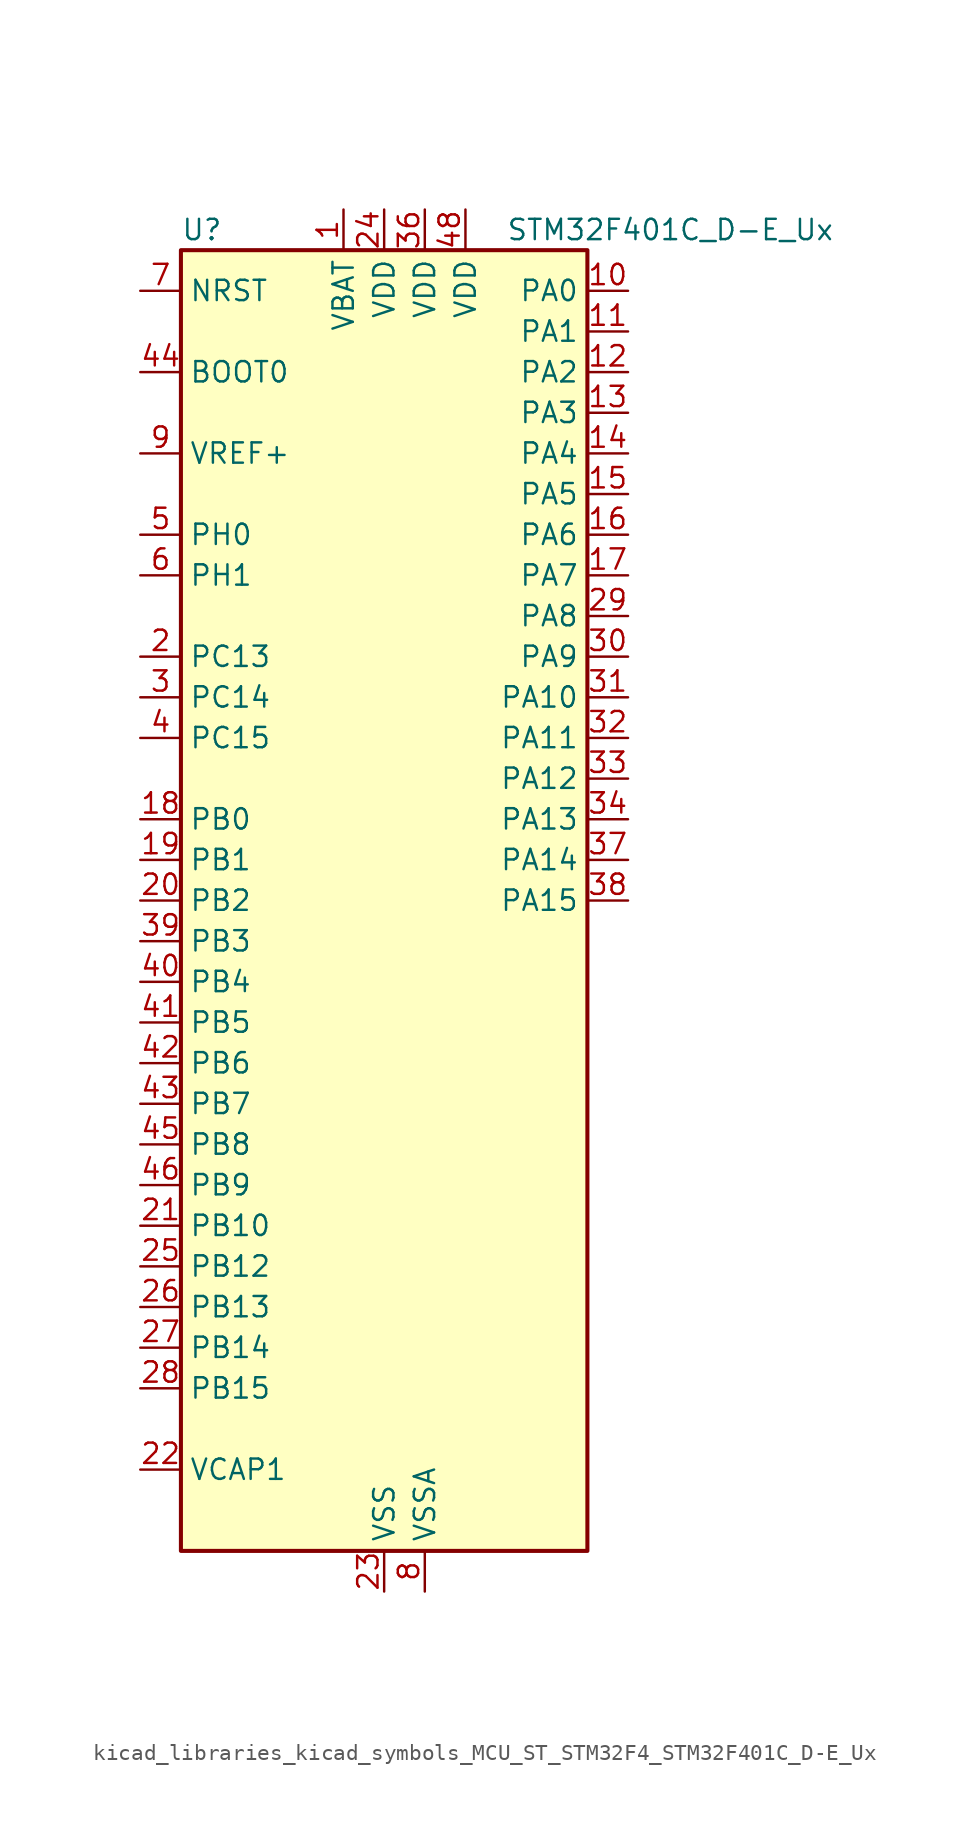
<source format=kicad_sym>
(kicad_symbol_lib
  (version 20220914)
  (generator kicad_symbol_editor)
  (symbol "kicad_libraries_kicad_symbols_MCU_ST_STM32F4_STM32F401C_D-E_Ux"
    (property "Reference" "U"
      (at -12.7 41.91 0)
      (effects (font (size 1.27 1.27)) (justify left)))
    (property "Value" "STM32F401C_D-E_Ux"
      (at 7.62 41.91 0)
      (effects (font (size 1.27 1.27)) (justify left)))
    (property "ki_locked" ""
      (at 0 0 0)
      (effects (font (size 1.27 1.27))))
    (symbol "kicad_libraries_kicad_symbols_MCU_ST_STM32F4_STM32F401C_D-E_Ux_0_1"
      (rectangle (start -12.7 -40.64) (end 12.7 40.64) (stroke (width 0.254) (type default)) (fill (type background))))
    (symbol "kicad_libraries_kicad_symbols_MCU_ST_STM32F4_STM32F401C_D-E_Ux_1_1"
      (pin power_in line (at -2.54 43.18 270) (length 2.54) (name "VBAT" (effects (font (size 1.27 1.27)))) (number "1" (effects (font (size 1.27 1.27)))))
      (pin bidirectional line (at 15.24 38.1 180) (length 2.54) (name "PA0" (effects (font (size 1.27 1.27)))) (number "10" (effects (font (size 1.27 1.27)))) (alternate "ADC1_IN0" bidirectional line) (alternate "SYS_WKUP" bidirectional line) (alternate "TIM2_CH1" bidirectional line) (alternate "TIM2_ETR" bidirectional line) (alternate "TIM5_CH1" bidirectional line) (alternate "USART2_CTS" bidirectional line))
      (pin bidirectional line (at 15.24 35.56 180) (length 2.54) (name "PA1" (effects (font (size 1.27 1.27)))) (number "11" (effects (font (size 1.27 1.27)))) (alternate "ADC1_IN1" bidirectional line) (alternate "TIM2_CH2" bidirectional line) (alternate "TIM5_CH2" bidirectional line) (alternate "USART2_RTS" bidirectional line))
      (pin bidirectional line (at 15.24 33.02 180) (length 2.54) (name "PA2" (effects (font (size 1.27 1.27)))) (number "12" (effects (font (size 1.27 1.27)))) (alternate "ADC1_IN2" bidirectional line) (alternate "TIM2_CH3" bidirectional line) (alternate "TIM5_CH3" bidirectional line) (alternate "TIM9_CH1" bidirectional line) (alternate "USART2_TX" bidirectional line))
      (pin bidirectional line (at 15.24 30.48 180) (length 2.54) (name "PA3" (effects (font (size 1.27 1.27)))) (number "13" (effects (font (size 1.27 1.27)))) (alternate "ADC1_IN3" bidirectional line) (alternate "TIM2_CH4" bidirectional line) (alternate "TIM5_CH4" bidirectional line) (alternate "TIM9_CH2" bidirectional line) (alternate "USART2_RX" bidirectional line))
      (pin bidirectional line (at 15.24 27.94 180) (length 2.54) (name "PA4" (effects (font (size 1.27 1.27)))) (number "14" (effects (font (size 1.27 1.27)))) (alternate "ADC1_IN4" bidirectional line) (alternate "I2S3_WS" bidirectional line) (alternate "SPI1_NSS" bidirectional line) (alternate "SPI3_NSS" bidirectional line) (alternate "USART2_CK" bidirectional line))
      (pin bidirectional line (at 15.24 25.4 180) (length 2.54) (name "PA5" (effects (font (size 1.27 1.27)))) (number "15" (effects (font (size 1.27 1.27)))) (alternate "ADC1_IN5" bidirectional line) (alternate "SPI1_SCK" bidirectional line) (alternate "TIM2_CH1" bidirectional line) (alternate "TIM2_ETR" bidirectional line))
      (pin bidirectional line (at 15.24 22.86 180) (length 2.54) (name "PA6" (effects (font (size 1.27 1.27)))) (number "16" (effects (font (size 1.27 1.27)))) (alternate "ADC1_IN6" bidirectional line) (alternate "SPI1_MISO" bidirectional line) (alternate "TIM1_BKIN" bidirectional line) (alternate "TIM3_CH1" bidirectional line))
      (pin bidirectional line (at 15.24 20.32 180) (length 2.54) (name "PA7" (effects (font (size 1.27 1.27)))) (number "17" (effects (font (size 1.27 1.27)))) (alternate "ADC1_IN7" bidirectional line) (alternate "SPI1_MOSI" bidirectional line) (alternate "TIM1_CH1N" bidirectional line) (alternate "TIM3_CH2" bidirectional line))
      (pin bidirectional line (at -15.24 5.08 0) (length 2.54) (name "PB0" (effects (font (size 1.27 1.27)))) (number "18" (effects (font (size 1.27 1.27)))) (alternate "ADC1_IN8" bidirectional line) (alternate "TIM1_CH2N" bidirectional line) (alternate "TIM3_CH3" bidirectional line))
      (pin bidirectional line (at -15.24 2.54 0) (length 2.54) (name "PB1" (effects (font (size 1.27 1.27)))) (number "19" (effects (font (size 1.27 1.27)))) (alternate "ADC1_IN9" bidirectional line) (alternate "TIM1_CH3N" bidirectional line) (alternate "TIM3_CH4" bidirectional line))
      (pin bidirectional line (at -15.24 15.24 0) (length 2.54) (name "PC13" (effects (font (size 1.27 1.27)))) (number "2" (effects (font (size 1.27 1.27)))) (alternate "RTC_AF1" bidirectional line))
      (pin bidirectional line (at -15.24 0 0) (length 2.54) (name "PB2" (effects (font (size 1.27 1.27)))) (number "20" (effects (font (size 1.27 1.27)))))
      (pin bidirectional line (at -15.24 -20.32 0) (length 2.54) (name "PB10" (effects (font (size 1.27 1.27)))) (number "21" (effects (font (size 1.27 1.27)))) (alternate "I2C2_SCL" bidirectional line) (alternate "I2S2_CK" bidirectional line) (alternate "SPI2_SCK" bidirectional line) (alternate "TIM2_CH3" bidirectional line))
      (pin power_out line (at -15.24 -35.56 0) (length 2.54) (name "VCAP1" (effects (font (size 1.27 1.27)))) (number "22" (effects (font (size 1.27 1.27)))))
      (pin power_in line (at 0 -43.18 90) (length 2.54) (name "VSS" (effects (font (size 1.27 1.27)))) (number "23" (effects (font (size 1.27 1.27)))))
      (pin power_in line (at 0 43.18 270) (length 2.54) (name "VDD" (effects (font (size 1.27 1.27)))) (number "24" (effects (font (size 1.27 1.27)))))
      (pin bidirectional line (at -15.24 -22.86 0) (length 2.54) (name "PB12" (effects (font (size 1.27 1.27)))) (number "25" (effects (font (size 1.27 1.27)))) (alternate "I2C2_SMBA" bidirectional line) (alternate "I2S2_WS" bidirectional line) (alternate "SPI2_NSS" bidirectional line) (alternate "TIM1_BKIN" bidirectional line))
      (pin bidirectional line (at -15.24 -25.4 0) (length 2.54) (name "PB13" (effects (font (size 1.27 1.27)))) (number "26" (effects (font (size 1.27 1.27)))) (alternate "I2S2_CK" bidirectional line) (alternate "SPI2_SCK" bidirectional line) (alternate "TIM1_CH1N" bidirectional line))
      (pin bidirectional line (at -15.24 -27.94 0) (length 2.54) (name "PB14" (effects (font (size 1.27 1.27)))) (number "27" (effects (font (size 1.27 1.27)))) (alternate "I2S2_ext_SD" bidirectional line) (alternate "SPI2_MISO" bidirectional line) (alternate "TIM1_CH2N" bidirectional line))
      (pin bidirectional line (at -15.24 -30.48 0) (length 2.54) (name "PB15" (effects (font (size 1.27 1.27)))) (number "28" (effects (font (size 1.27 1.27)))) (alternate "ADC1_EXTI15" bidirectional line) (alternate "I2S2_SD" bidirectional line) (alternate "RTC_REFIN" bidirectional line) (alternate "SPI2_MOSI" bidirectional line) (alternate "TIM1_CH3N" bidirectional line))
      (pin bidirectional line (at 15.24 17.78 180) (length 2.54) (name "PA8" (effects (font (size 1.27 1.27)))) (number "29" (effects (font (size 1.27 1.27)))) (alternate "I2C3_SCL" bidirectional line) (alternate "RCC_MCO_1" bidirectional line) (alternate "TIM1_CH1" bidirectional line) (alternate "USART1_CK" bidirectional line) (alternate "USB_OTG_FS_SOF" bidirectional line))
      (pin bidirectional line (at -15.24 12.7 0) (length 2.54) (name "PC14" (effects (font (size 1.27 1.27)))) (number "3" (effects (font (size 1.27 1.27)))) (alternate "RCC_OSC32_IN" bidirectional line))
      (pin bidirectional line (at 15.24 15.24 180) (length 2.54) (name "PA9" (effects (font (size 1.27 1.27)))) (number "30" (effects (font (size 1.27 1.27)))) (alternate "I2C3_SMBA" bidirectional line) (alternate "TIM1_CH2" bidirectional line) (alternate "USART1_TX" bidirectional line) (alternate "USB_OTG_FS_VBUS" bidirectional line))
      (pin bidirectional line (at 15.24 12.7 180) (length 2.54) (name "PA10" (effects (font (size 1.27 1.27)))) (number "31" (effects (font (size 1.27 1.27)))) (alternate "TIM1_CH3" bidirectional line) (alternate "USART1_RX" bidirectional line) (alternate "USB_OTG_FS_ID" bidirectional line))
      (pin bidirectional line (at 15.24 10.16 180) (length 2.54) (name "PA11" (effects (font (size 1.27 1.27)))) (number "32" (effects (font (size 1.27 1.27)))) (alternate "ADC1_EXTI11" bidirectional line) (alternate "TIM1_CH4" bidirectional line) (alternate "USART1_CTS" bidirectional line) (alternate "USART6_TX" bidirectional line) (alternate "USB_OTG_FS_DM" bidirectional line))
      (pin bidirectional line (at 15.24 7.62 180) (length 2.54) (name "PA12" (effects (font (size 1.27 1.27)))) (number "33" (effects (font (size 1.27 1.27)))) (alternate "TIM1_ETR" bidirectional line) (alternate "USART1_RTS" bidirectional line) (alternate "USART6_RX" bidirectional line) (alternate "USB_OTG_FS_DP" bidirectional line))
      (pin bidirectional line (at 15.24 5.08 180) (length 2.54) (name "PA13" (effects (font (size 1.27 1.27)))) (number "34" (effects (font (size 1.27 1.27)))) (alternate "SYS_JTMS-SWDIO" bidirectional line))
      (pin passive line (at 0 -43.18 90) (length 2.54) hide (name "VSS" (effects (font (size 1.27 1.27)))) (number "35" (effects (font (size 1.27 1.27)))))
      (pin power_in line (at 2.54 43.18 270) (length 2.54) (name "VDD" (effects (font (size 1.27 1.27)))) (number "36" (effects (font (size 1.27 1.27)))))
      (pin bidirectional line (at 15.24 2.54 180) (length 2.54) (name "PA14" (effects (font (size 1.27 1.27)))) (number "37" (effects (font (size 1.27 1.27)))) (alternate "SYS_JTCK-SWCLK" bidirectional line))
      (pin bidirectional line (at 15.24 0 180) (length 2.54) (name "PA15" (effects (font (size 1.27 1.27)))) (number "38" (effects (font (size 1.27 1.27)))) (alternate "ADC1_EXTI15" bidirectional line) (alternate "I2S3_WS" bidirectional line) (alternate "SPI1_NSS" bidirectional line) (alternate "SPI3_NSS" bidirectional line) (alternate "SYS_JTDI" bidirectional line) (alternate "TIM2_CH1" bidirectional line) (alternate "TIM2_ETR" bidirectional line))
      (pin bidirectional line (at -15.24 -2.54 0) (length 2.54) (name "PB3" (effects (font (size 1.27 1.27)))) (number "39" (effects (font (size 1.27 1.27)))) (alternate "I2C2_SDA" bidirectional line) (alternate "I2S3_CK" bidirectional line) (alternate "SPI1_SCK" bidirectional line) (alternate "SPI3_SCK" bidirectional line) (alternate "SYS_JTDO-SWO" bidirectional line) (alternate "TIM2_CH2" bidirectional line))
      (pin bidirectional line (at -15.24 10.16 0) (length 2.54) (name "PC15" (effects (font (size 1.27 1.27)))) (number "4" (effects (font (size 1.27 1.27)))) (alternate "ADC1_EXTI15" bidirectional line) (alternate "RCC_OSC32_OUT" bidirectional line))
      (pin bidirectional line (at -15.24 -5.08 0) (length 2.54) (name "PB4" (effects (font (size 1.27 1.27)))) (number "40" (effects (font (size 1.27 1.27)))) (alternate "I2C3_SDA" bidirectional line) (alternate "I2S3_ext_SD" bidirectional line) (alternate "SPI1_MISO" bidirectional line) (alternate "SPI3_MISO" bidirectional line) (alternate "SYS_JTRST" bidirectional line) (alternate "TIM3_CH1" bidirectional line))
      (pin bidirectional line (at -15.24 -7.62 0) (length 2.54) (name "PB5" (effects (font (size 1.27 1.27)))) (number "41" (effects (font (size 1.27 1.27)))) (alternate "I2C1_SMBA" bidirectional line) (alternate "I2S3_SD" bidirectional line) (alternate "SPI1_MOSI" bidirectional line) (alternate "SPI3_MOSI" bidirectional line) (alternate "TIM3_CH2" bidirectional line))
      (pin bidirectional line (at -15.24 -10.16 0) (length 2.54) (name "PB6" (effects (font (size 1.27 1.27)))) (number "42" (effects (font (size 1.27 1.27)))) (alternate "I2C1_SCL" bidirectional line) (alternate "TIM4_CH1" bidirectional line) (alternate "USART1_TX" bidirectional line))
      (pin bidirectional line (at -15.24 -12.7 0) (length 2.54) (name "PB7" (effects (font (size 1.27 1.27)))) (number "43" (effects (font (size 1.27 1.27)))) (alternate "I2C1_SDA" bidirectional line) (alternate "TIM4_CH2" bidirectional line) (alternate "USART1_RX" bidirectional line))
      (pin input line (at -15.24 33.02 0) (length 2.54) (name "BOOT0" (effects (font (size 1.27 1.27)))) (number "44" (effects (font (size 1.27 1.27)))))
      (pin bidirectional line (at -15.24 -15.24 0) (length 2.54) (name "PB8" (effects (font (size 1.27 1.27)))) (number "45" (effects (font (size 1.27 1.27)))) (alternate "I2C1_SCL" bidirectional line) (alternate "TIM10_CH1" bidirectional line) (alternate "TIM4_CH3" bidirectional line))
      (pin bidirectional line (at -15.24 -17.78 0) (length 2.54) (name "PB9" (effects (font (size 1.27 1.27)))) (number "46" (effects (font (size 1.27 1.27)))) (alternate "I2C1_SDA" bidirectional line) (alternate "I2S2_WS" bidirectional line) (alternate "SPI2_NSS" bidirectional line) (alternate "TIM11_CH1" bidirectional line) (alternate "TIM4_CH4" bidirectional line))
      (pin passive line (at 0 -43.18 90) (length 2.54) hide (name "VSS" (effects (font (size 1.27 1.27)))) (number "47" (effects (font (size 1.27 1.27)))))
      (pin power_in line (at 5.08 43.18 270) (length 2.54) (name "VDD" (effects (font (size 1.27 1.27)))) (number "48" (effects (font (size 1.27 1.27)))))
      (pin passive line (at 0 -43.18 90) (length 2.54) hide (name "VSS" (effects (font (size 1.27 1.27)))) (number "49" (effects (font (size 1.27 1.27)))))
      (pin bidirectional line (at -15.24 22.86 0) (length 2.54) (name "PH0" (effects (font (size 1.27 1.27)))) (number "5" (effects (font (size 1.27 1.27)))) (alternate "RCC_OSC_IN" bidirectional line))
      (pin bidirectional line (at -15.24 20.32 0) (length 2.54) (name "PH1" (effects (font (size 1.27 1.27)))) (number "6" (effects (font (size 1.27 1.27)))) (alternate "RCC_OSC_OUT" bidirectional line))
      (pin input line (at -15.24 38.1 0) (length 2.54) (name "NRST" (effects (font (size 1.27 1.27)))) (number "7" (effects (font (size 1.27 1.27)))))
      (pin power_in line (at 2.54 -43.18 90) (length 2.54) (name "VSSA" (effects (font (size 1.27 1.27)))) (number "8" (effects (font (size 1.27 1.27)))))
      (pin input line (at -15.24 27.94 0) (length 2.54) (name "VREF+" (effects (font (size 1.27 1.27)))) (number "9" (effects (font (size 1.27 1.27))))))))
</source>
